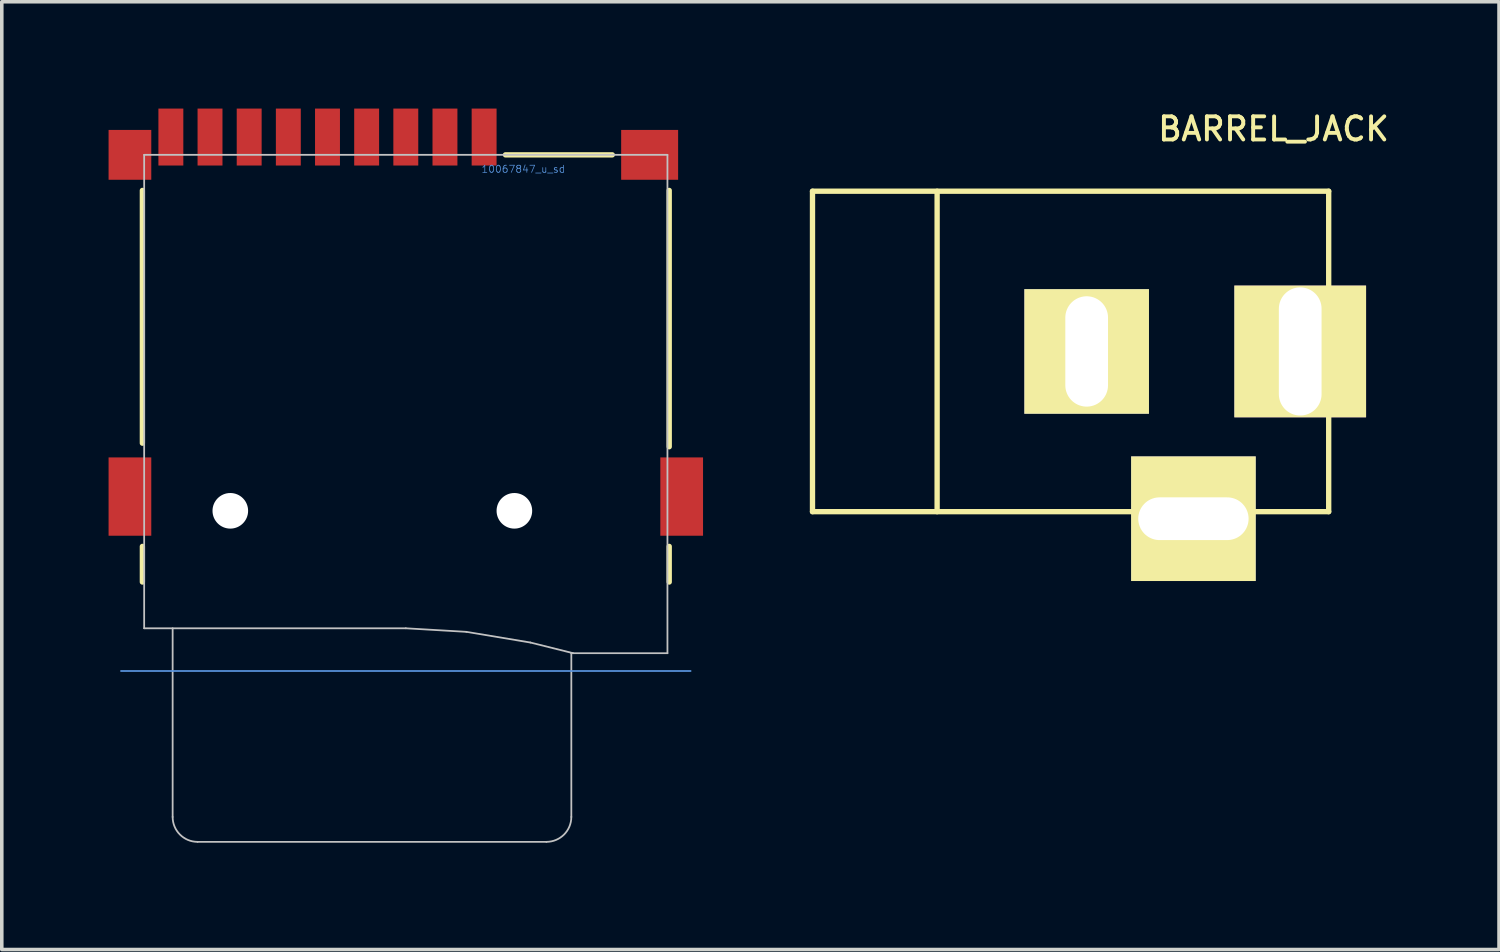
<source format=kicad_pcb>
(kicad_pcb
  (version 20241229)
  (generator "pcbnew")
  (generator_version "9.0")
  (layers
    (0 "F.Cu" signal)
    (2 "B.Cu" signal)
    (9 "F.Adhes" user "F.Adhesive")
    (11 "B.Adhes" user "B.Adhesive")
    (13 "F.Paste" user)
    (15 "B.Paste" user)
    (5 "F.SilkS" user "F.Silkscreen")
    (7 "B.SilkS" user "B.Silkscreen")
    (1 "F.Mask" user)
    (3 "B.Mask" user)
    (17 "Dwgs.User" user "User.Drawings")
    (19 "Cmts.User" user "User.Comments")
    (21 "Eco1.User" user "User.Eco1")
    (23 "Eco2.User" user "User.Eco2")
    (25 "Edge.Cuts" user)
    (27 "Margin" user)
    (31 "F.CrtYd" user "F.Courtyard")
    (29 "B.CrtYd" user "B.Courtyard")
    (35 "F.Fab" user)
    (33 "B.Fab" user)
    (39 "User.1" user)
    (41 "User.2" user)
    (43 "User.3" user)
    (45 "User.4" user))
  (footprint "10067847_u_sd"
    (layer "F.Cu")
    (at 8.35 11.3)
    (property "Reference" "10067847_u_sd" (at 3.3 -9.6 180) (layer "Cmts.User") (effects (font (size 0.2 0.2) (thickness 0.02))))
    (attr through_hole)
    (fp_line (start -7.4 -1.9) (end -7.4 -9) (stroke (width 0.15) (type solid)) (layer "F.SilkS"))
    (fp_line (start -7.4 2) (end -7.4 1) (stroke (width 0.15) (type solid)) (layer "F.SilkS"))
    (fp_line (start 2.8 -10) (end 5.8 -10) (stroke (width 0.15) (type solid)) (layer "F.SilkS"))
    (fp_line (start 7.4 -9) (end 7.4 -1.8) (stroke (width 0.15) (type solid)) (layer "F.SilkS"))
    (fp_line (start 7.4 1) (end 7.4 2) (stroke (width 0.15) (type solid)) (layer "F.SilkS"))
    (fp_line (start -7.35 -10) (end -7.35 3.3) (stroke (width 0.05) (type solid)) (layer "Dwgs.User"))
    (fp_line (start -7.35 -10) (end 7.35 -10) (stroke (width 0.05) (type solid)) (layer "Dwgs.User"))
    (fp_line (start -7.35 3.3) (end 0 3.3) (stroke (width 0.05) (type solid)) (layer "Dwgs.User"))
    (fp_line (start -6.55 8.6) (end -6.55 3.3) (stroke (width 0.05) (type solid)) (layer "Dwgs.User"))
    (fp_line (start -5.85 9.3) (end 3.95 9.3) (stroke (width 0.05) (type solid)) (layer "Dwgs.User"))
    (fp_line (start 0 3.3) (end 1.7 3.4) (stroke (width 0.05) (type solid)) (layer "Dwgs.User"))
    (fp_line (start 1.7 3.4) (end 3.5 3.7) (stroke (width 0.05) (type solid)) (layer "Dwgs.User"))
    (fp_line (start 3.5 3.7) (end 4.7 4) (stroke (width 0.05) (type solid)) (layer "Dwgs.User"))
    (fp_line (start 4.65 4) (end 7.35 4) (stroke (width 0.05) (type solid)) (layer "Dwgs.User"))
    (fp_line (start 4.65 8.6) (end 4.65 4) (stroke (width 0.05) (type solid)) (layer "Dwgs.User"))
    (fp_line (start 7.35 -10) (end 7.35 4) (stroke (width 0.05) (type solid)) (layer "Dwgs.User"))
    (fp_arc (start -5.85 9.3) (mid -6.344975 9.094975) (end -6.55 8.6) (stroke (width 0.05) (type solid)) (layer "Dwgs.User"))
    (fp_arc (start 4.65 8.6) (mid 4.444975 9.094975) (end 3.95 9.3) (stroke (width 0.05) (type solid)) (layer "Dwgs.User"))
    (fp_line (start 8 4.5) (end -8 4.5) (stroke (width 0.05) (type solid)) (layer "Cmts.User"))
    (pad "" np_thru_hole circle (at -4.93 0) (size 1 1) (drill 1) (layers "*.Cu"))
    (pad "" np_thru_hole circle (at 3.05 0) (size 1 1) (drill 1) (layers "*.Cu"))
    (pad "1" smd rect (at 2.2 -10.5) (size 0.7 1.6) (layers "F.Cu" "F.Mask" "F.Paste"))
    (pad "2" smd rect (at 1.1 -10.5) (size 0.7 1.6) (layers "F.Cu" "F.Mask" "F.Paste"))
    (pad "3" smd rect (at 0 -10.5) (size 0.7 1.6) (layers "F.Cu" "F.Mask" "F.Paste"))
    (pad "4" smd rect (at -1.1 -10.5) (size 0.7 1.6) (layers "F.Cu" "F.Mask" "F.Paste"))
    (pad "5" smd rect (at -2.2 -10.5) (size 0.7 1.6) (layers "F.Cu" "F.Mask" "F.Paste"))
    (pad "6" smd rect (at -7.75 -10) (size 1.2 1.4) (layers "F.Cu" "F.Mask" "F.Paste"))
    (pad "6" smd rect (at -7.75 -0.4) (size 1.2 2.2) (layers "F.Cu" "F.Mask" "F.Paste"))
    (pad "6" smd rect (at -3.3 -10.5) (size 0.7 1.6) (layers "F.Cu" "F.Mask" "F.Paste"))
    (pad "6" smd rect (at 6.85 -10) (size 1.6 1.4) (layers "F.Cu" "F.Mask" "F.Paste"))
    (pad "6" smd rect (at 7.75 -0.4) (size 1.2 2.2) (layers "F.Cu" "F.Mask" "F.Paste"))
    (pad "7" smd rect (at -4.4 -10.5) (size 0.7 1.6) (layers "F.Cu" "F.Mask" "F.Paste"))
    (pad "8" smd rect (at -5.5 -10.5) (size 0.7 1.6) (layers "F.Cu" "F.Mask" "F.Paste"))
    (pad "9" smd rect (at -6.6 -10.5) (size 0.7 1.6) (layers "F.Cu" "F.Mask" "F.Paste")))
  (footprint "BARREL_JACK"
    (layer "F.Cu")
    (at 27.276 6.823)
    (property "Reference" "BARREL_JACK" (at 5.451 -6.25 180) (layer "F.SilkS") (effects (font (size 0.65 0.65) (thickness 0.11))))
    (attr through_hole)
    (fp_line (start -7.501 -4.501) (end -7.501 4.501) (stroke (width 0.15) (type solid)) (layer "F.SilkS"))
    (fp_line (start -7.501 4.501) (end 7 4.501) (stroke (width 0.15) (type solid)) (layer "F.SilkS"))
    (fp_line (start -4 -4.501) (end -4 4.501) (stroke (width 0.15) (type solid)) (layer "F.SilkS"))
    (fp_line (start 7 -4.501) (end -7.501 -4.501) (stroke (width 0.15) (type solid)) (layer "F.SilkS"))
    (fp_line (start 7 4.501) (end 7 -4.501) (stroke (width 0.15) (type solid)) (layer "F.SilkS"))
    (pad "1" thru_hole rect (at 6.2 0) (size 3.7 3.7) (drill oval 1.2 3.6) (layers "*.Cu" "*.Mask" "F.SilkS"))
    (pad "2" thru_hole rect (at 0.201 0) (size 3.5 3.5) (drill oval 1.2 3.1) (layers "*.Cu" "*.Mask" "F.SilkS"))
    (pad "3" thru_hole rect (at 3.2 4.699) (size 3.5 3.5) (drill oval 3.1 1.2) (layers "*.Cu" "*.Mask" "F.SilkS")))
  (gr_rect
    (start -3 -3)
    (end 39.061 23.625)
    (stroke (width 0.1) (type default))
    (fill no)
    (layer "Edge.Cuts")))
</source>
